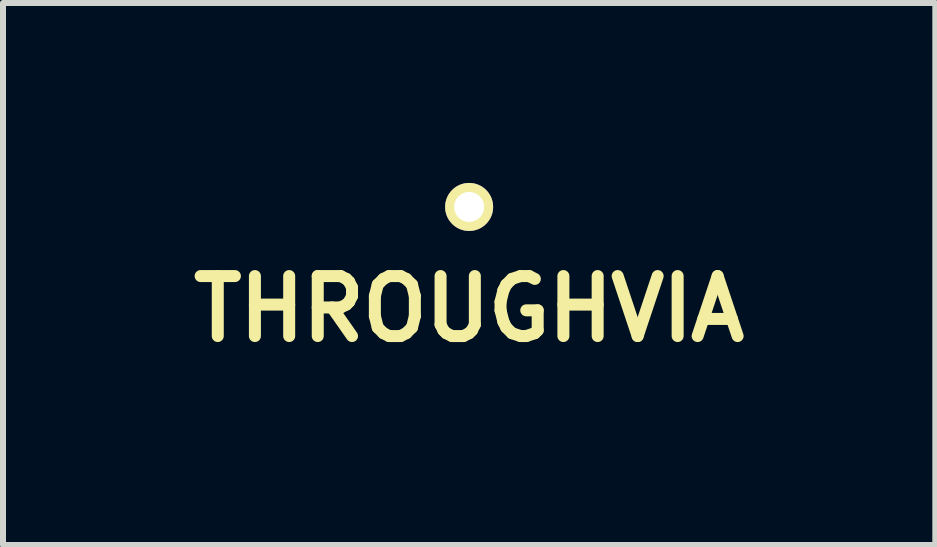
<source format=kicad_pcb>
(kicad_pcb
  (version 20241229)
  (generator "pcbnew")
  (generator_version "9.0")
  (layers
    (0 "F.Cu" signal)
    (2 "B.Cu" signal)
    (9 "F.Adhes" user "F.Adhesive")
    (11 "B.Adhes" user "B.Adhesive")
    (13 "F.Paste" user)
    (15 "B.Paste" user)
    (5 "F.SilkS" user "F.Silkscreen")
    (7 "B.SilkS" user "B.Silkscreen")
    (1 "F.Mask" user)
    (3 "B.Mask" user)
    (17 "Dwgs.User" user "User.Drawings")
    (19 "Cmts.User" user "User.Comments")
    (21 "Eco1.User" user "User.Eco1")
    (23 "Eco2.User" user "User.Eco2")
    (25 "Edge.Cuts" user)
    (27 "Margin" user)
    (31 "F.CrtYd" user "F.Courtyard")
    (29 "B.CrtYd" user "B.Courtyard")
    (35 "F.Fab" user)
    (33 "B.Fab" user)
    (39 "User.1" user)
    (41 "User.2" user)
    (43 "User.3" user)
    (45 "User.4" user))
  (footprint "THROUGHVIA"
    (layer "F.Cu")
    (at 4.771 0.4)
    (property "Reference" "THROUGHVIA" (at 0 1.7 0) (layer "F.SilkS") (effects (font (size 1 1) (thickness 0.2))))
    (attr through_hole)
    (pad "1" thru_hole circle (at 0 0) (size 0.8 0.8) (drill 0.5) (layers "*.Cu" "*.Mask" "F.SilkS")))
  (gr_rect
    (start -3 -3)
    (end 12.543 6.036)
    (stroke (width 0.1) (type default))
    (fill no)
    (layer "Edge.Cuts")))
</source>
